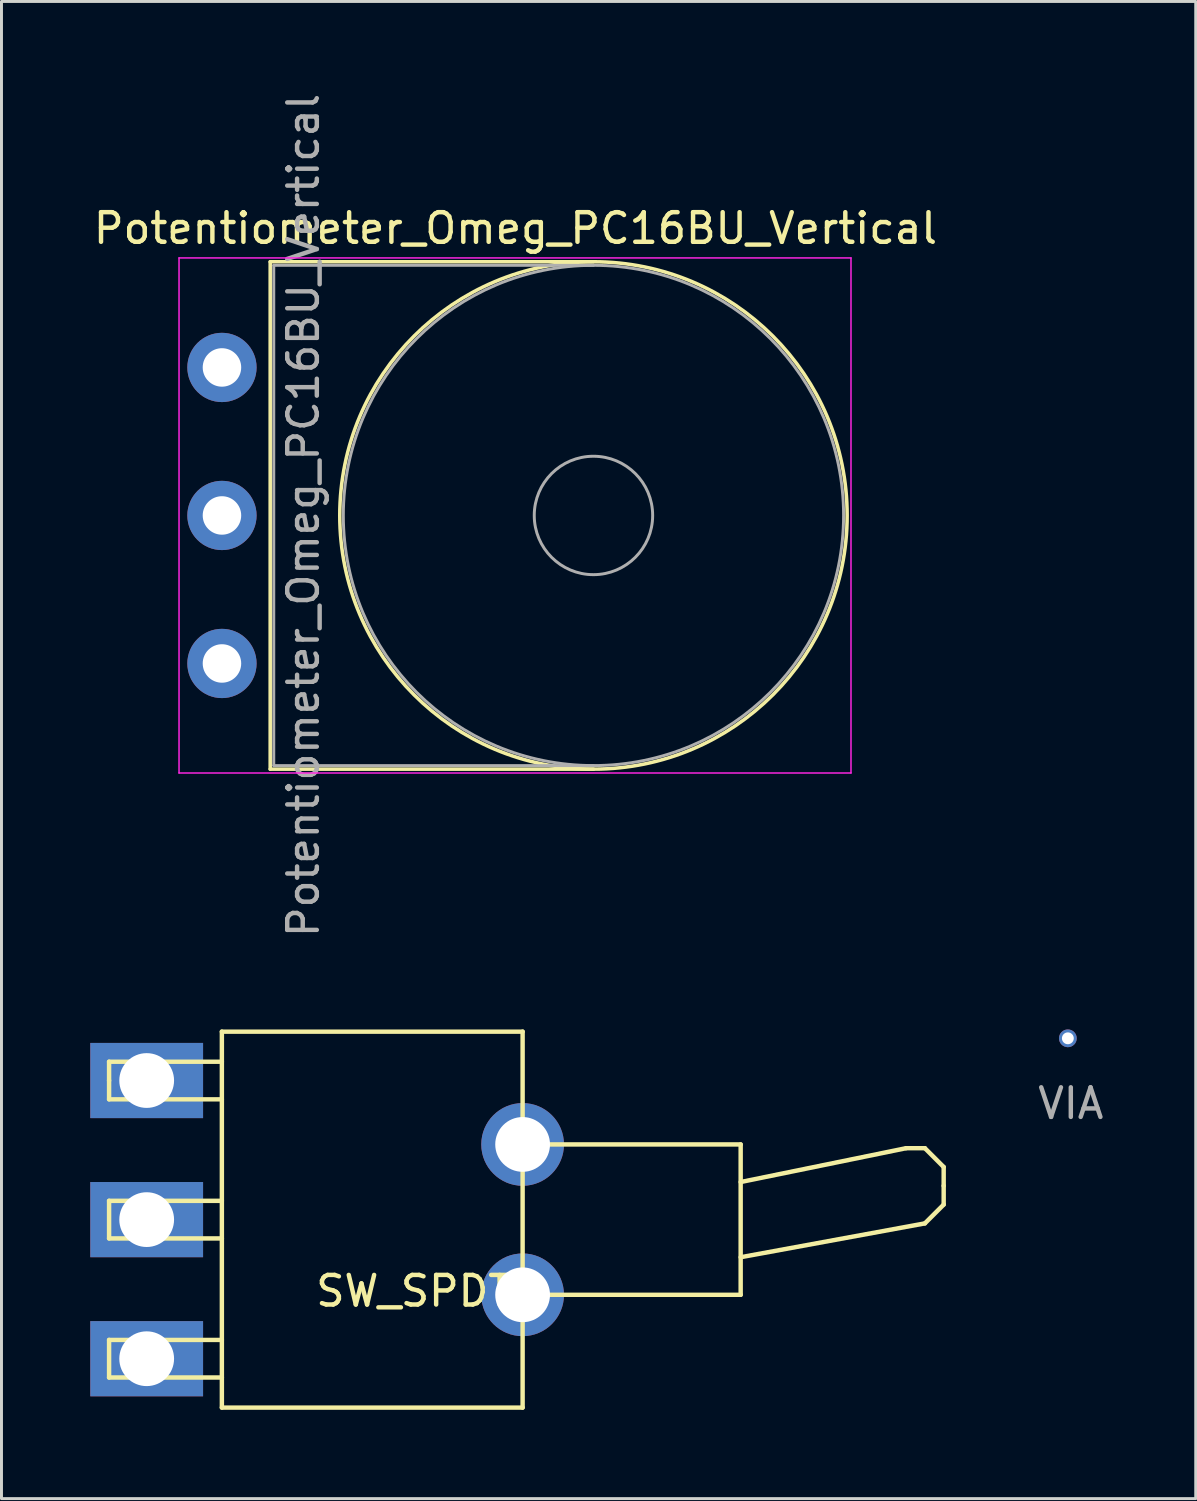
<source format=kicad_pcb>
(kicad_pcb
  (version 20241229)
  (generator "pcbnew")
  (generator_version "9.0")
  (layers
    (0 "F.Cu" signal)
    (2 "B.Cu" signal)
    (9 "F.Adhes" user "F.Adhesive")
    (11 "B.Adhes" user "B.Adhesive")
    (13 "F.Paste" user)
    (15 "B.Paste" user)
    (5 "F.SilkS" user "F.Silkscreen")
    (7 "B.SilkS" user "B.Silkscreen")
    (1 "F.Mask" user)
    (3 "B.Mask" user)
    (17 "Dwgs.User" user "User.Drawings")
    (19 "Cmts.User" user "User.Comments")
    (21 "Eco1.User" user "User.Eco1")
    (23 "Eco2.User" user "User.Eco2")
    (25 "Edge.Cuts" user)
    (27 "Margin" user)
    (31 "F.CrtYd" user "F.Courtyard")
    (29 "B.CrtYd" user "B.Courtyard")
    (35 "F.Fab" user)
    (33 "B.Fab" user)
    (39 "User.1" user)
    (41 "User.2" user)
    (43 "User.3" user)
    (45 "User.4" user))
  (footprint "SW_SPDT"
    (layer "F.Cu")
    (at 1.905 38.151)
    (property "Reference" "SW_SPDT" (at 9.017 2.413 180) (layer "F.SilkS") (effects (font (size 1 1) (thickness 0.15))))
    (attr through_hole)
    (fp_line (start -1.27 -5.334) (end -1.27 -4.699) (stroke (width 0.15) (type solid)) (layer "F.SilkS"))
    (fp_line (start -1.27 -5.334) (end 2.54 -5.334) (stroke (width 0.15) (type solid)) (layer "F.SilkS"))
    (fp_line (start -1.27 -4.699) (end -1.27 -4.064) (stroke (width 0.15) (type solid)) (layer "F.SilkS"))
    (fp_line (start -1.27 -4.064) (end 2.54 -4.064) (stroke (width 0.15) (type solid)) (layer "F.SilkS"))
    (fp_line (start -1.27 -0.635) (end -1.27 0.635) (stroke (width 0.15) (type solid)) (layer "F.SilkS"))
    (fp_line (start -1.27 0.635) (end 2.54 0.635) (stroke (width 0.15) (type solid)) (layer "F.SilkS"))
    (fp_line (start -1.27 4.064) (end -1.27 5.334) (stroke (width 0.15) (type solid)) (layer "F.SilkS"))
    (fp_line (start -1.27 5.334) (end 2.54 5.334) (stroke (width 0.15) (type solid)) (layer "F.SilkS"))
    (fp_line (start 2.54 -6.35) (end 2.54 6.35) (stroke (width 0.15) (type solid)) (layer "F.SilkS"))
    (fp_line (start 2.54 -6.35) (end 12.7 -6.35) (stroke (width 0.15) (type solid)) (layer "F.SilkS"))
    (fp_line (start 2.54 -0.635) (end -1.27 -0.635) (stroke (width 0.15) (type solid)) (layer "F.SilkS"))
    (fp_line (start 2.54 4.064) (end -1.27 4.064) (stroke (width 0.15) (type solid)) (layer "F.SilkS"))
    (fp_line (start 2.54 6.35) (end 12.7 6.35) (stroke (width 0.15) (type solid)) (layer "F.SilkS"))
    (fp_line (start 12.7 -2.54) (end 20.066 -2.54) (stroke (width 0.15) (type solid)) (layer "F.SilkS"))
    (fp_line (start 12.7 6.35) (end 12.7 -6.35) (stroke (width 0.15) (type solid)) (layer "F.SilkS"))
    (fp_line (start 20.066 -2.54) (end 20.066 2.54) (stroke (width 0.15) (type solid)) (layer "F.SilkS"))
    (fp_line (start 20.066 2.54) (end 12.7 2.54) (stroke (width 0.15) (type solid)) (layer "F.SilkS"))
    (fp_line (start 25.654 -2.413) (end 20.066 -1.27) (stroke (width 0.15) (type solid)) (layer "F.SilkS"))
    (fp_line (start 25.654 -2.413) (end 26.289 -2.413) (stroke (width 0.15) (type solid)) (layer "F.SilkS"))
    (fp_line (start 26.289 -2.413) (end 26.924 -1.778) (stroke (width 0.15) (type solid)) (layer "F.SilkS"))
    (fp_line (start 26.289 0.127) (end 20.066 1.27) (stroke (width 0.15) (type solid)) (layer "F.SilkS"))
    (fp_line (start 26.924 -1.778) (end 26.924 -1.143) (stroke (width 0.15) (type solid)) (layer "F.SilkS"))
    (fp_line (start 26.924 -1.143) (end 26.924 -0.508) (stroke (width 0.15) (type solid)) (layer "F.SilkS"))
    (fp_line (start 26.924 -0.508) (end 26.289 0.127) (stroke (width 0.15) (type solid)) (layer "F.SilkS"))
    (pad "1" thru_hole rect (at 0 -4.699) (size 3.81 2.54) (drill 1.85) (layers "*.Cu" "*.Mask"))
    (pad "2" thru_hole rect (at 0 0) (size 3.81 2.54) (drill 1.85) (layers "*.Cu" "*.Mask"))
    (pad "3" thru_hole rect (at 0 4.699) (size 3.81 2.54) (drill 1.85) (layers "*.Cu" "*.Mask"))
    (pad "H1" thru_hole circle (at 12.7 -2.54) (size 2.794 2.794) (drill 1.85) (layers "*.Cu" "*.Mask"))
    (pad "H2" thru_hole circle (at 12.7 2.54) (size 2.794 2.794) (drill 1.85) (layers "*.Cu" "*.Mask")))
  (footprint "VIA"
    (layer "F.Cu")
    (at 33.024 32.026)
    (property "Reference" "VIA" (at 0.1 2.2 0) (layer "F.Fab") (effects (font (size 1 1) (thickness 0.15))))
    (attr through_hole)
    (pad "1" thru_hole circle (at 0 0) (size 0.6 0.6) (drill 0.4) (layers "*.Cu" "*.Mask")))
  (footprint "Potentiometer_Omeg_PC16BU_Vertical"
    (layer "F.Cu")
    (at 16.998 14.363)
    (property "Reference" "Potentiometer_Omeg_PC16BU_Vertical" (at -2.635 -9.7 0) (layer "F.SilkS") (effects (font (size 1 1) (thickness 0.15))))
    (attr through_hole)
    (fp_line (start -10.92 -8.57) (end -10.92 8.57) (stroke (width 0.12) (type solid)) (layer "F.SilkS"))
    (fp_line (start -10.92 -8.57) (end 0 -8.57) (stroke (width 0.12) (type solid)) (layer "F.SilkS"))
    (fp_line (start -10.92 8.57) (end 0 8.57) (stroke (width 0.12) (type solid)) (layer "F.SilkS"))
    (fp_circle (center 0 0) (end 8.57 0) (stroke (width 0.12) (type solid)) (fill no) (layer "F.SilkS"))
    (fp_line (start -14 -8.7) (end -14 8.7) (stroke (width 0.05) (type solid)) (layer "F.CrtYd"))
    (fp_line (start -14 8.7) (end 8.7 8.7) (stroke (width 0.05) (type solid)) (layer "F.CrtYd"))
    (fp_line (start 8.7 -8.7) (end -14 -8.7) (stroke (width 0.05) (type solid)) (layer "F.CrtYd"))
    (fp_line (start 8.7 8.7) (end 8.7 -8.7) (stroke (width 0.05) (type solid)) (layer "F.CrtYd"))
    (fp_line (start -10.8 -8.45) (end -10.8 8.45) (stroke (width 0.1) (type solid)) (layer "F.Fab"))
    (fp_line (start -10.8 8.45) (end 0 8.45) (stroke (width 0.1) (type solid)) (layer "F.Fab"))
    (fp_line (start 0 -8.45) (end -10.8 -8.45) (stroke (width 0.1) (type solid)) (layer "F.Fab"))
    (fp_circle (center 0 0) (end 2 0) (stroke (width 0.1) (type solid)) (fill no) (layer "F.Fab"))
    (fp_circle (center 0 0) (end 8.45 0) (stroke (width 0.1) (type solid)) (fill no) (layer "F.Fab"))
    (fp_text user "${REFERENCE}" (at -9.8 0 90) (layer "F.Fab") (effects (font (size 1 1) (thickness 0.15))))
    (pad "1" thru_hole circle (at -12.55 5) (size 2.34 2.34) (drill 1.3) (layers "*.Cu" "*.Mask"))
    (pad "2" thru_hole circle (at -12.55 0) (size 2.34 2.34) (drill 1.3) (layers "*.Cu" "*.Mask"))
    (pad "3" thru_hole circle (at -12.55 -5) (size 2.34 2.34) (drill 1.3) (layers "*.Cu" "*.Mask")))
  (gr_rect
    (start -3 -3)
    (end 37.344 47.576)
    (stroke (width 0.1) (type default))
    (fill no)
    (layer "Edge.Cuts")))
</source>
